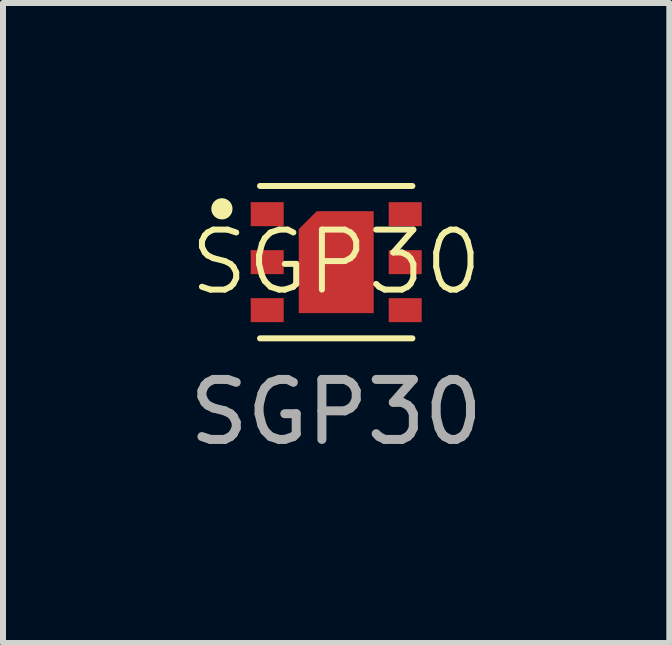
<source format=kicad_pcb>
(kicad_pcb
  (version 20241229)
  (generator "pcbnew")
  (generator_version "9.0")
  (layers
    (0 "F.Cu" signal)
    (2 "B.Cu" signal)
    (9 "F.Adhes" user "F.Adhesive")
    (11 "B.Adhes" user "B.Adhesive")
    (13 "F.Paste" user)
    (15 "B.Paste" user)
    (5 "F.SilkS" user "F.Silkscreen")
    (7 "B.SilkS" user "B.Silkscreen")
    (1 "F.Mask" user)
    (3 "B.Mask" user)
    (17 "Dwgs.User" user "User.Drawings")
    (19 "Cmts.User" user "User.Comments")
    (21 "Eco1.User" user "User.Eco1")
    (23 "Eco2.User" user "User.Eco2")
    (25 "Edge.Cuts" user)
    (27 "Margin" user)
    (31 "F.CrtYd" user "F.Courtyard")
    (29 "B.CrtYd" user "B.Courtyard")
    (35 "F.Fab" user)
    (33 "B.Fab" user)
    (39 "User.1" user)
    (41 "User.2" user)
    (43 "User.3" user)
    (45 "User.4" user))
  (footprint "SGP30"
    (layer "F.Cu")
    (at 2.554 1.32)
    (property "Reference" "SGP30" (at 0 0 0) (unlocked yes) (layer "F.SilkS") (effects (font (size 1 1) (thickness 0.1))))
    (attr smd)
    (fp_line (start -1.27 -1.27) (end 1.27 -1.27) (stroke (width 0.1) (type default)) (layer "F.SilkS"))
    (fp_line (start -1.27 1.27) (end 1.27 1.27) (stroke (width 0.1) (type default)) (layer "F.SilkS"))
    (fp_circle (center -1.905 -0.889) (end -1.778 -0.889) (stroke (width 0.1) (type solid)) (fill yes) (layer "F.SilkS"))
    (fp_text user "${REFERENCE}" (at 0 2.5 0) (unlocked yes) (layer "F.Fab") (effects (font (size 1 1) (thickness 0.15))))
    (pad "1" smd rect (at -1.15 -0.8) (size 0.55 0.4) (layers "F.Cu" "F.Mask" "F.Paste"))
    (pad "2" smd rect (at -1.15 0) (size 0.55 0.4) (layers "F.Cu" "F.Mask" "F.Paste"))
    (pad "3" smd rect (at -1.15 0.8) (size 0.55 0.4) (layers "F.Cu" "F.Mask" "F.Paste"))
    (pad "4" smd rect (at 1.15 0.8) (size 0.55 0.4) (layers "F.Cu" "F.Mask" "F.Paste"))
    (pad "5" smd rect (at 1.15 0) (size 0.55 0.4) (layers "F.Cu" "F.Mask" "F.Paste"))
    (pad "6" smd rect (at 1.15 -0.8) (size 0.55 0.4) (layers "F.Cu" "F.Mask" "F.Paste"))
    (pad "7" smd roundrect (at 0 0) (size 1.25 1.7) (layers "F.Cu" "F.Mask" "F.Paste") (roundrect_rratio 0) (chamfer_ratio 0.24) (chamfer top_left)))
  (gr_rect
    (start -3 -3)
    (end 8.107 7.668)
    (stroke (width 0.1) (type default))
    (fill no)
    (layer "Edge.Cuts")))
</source>
